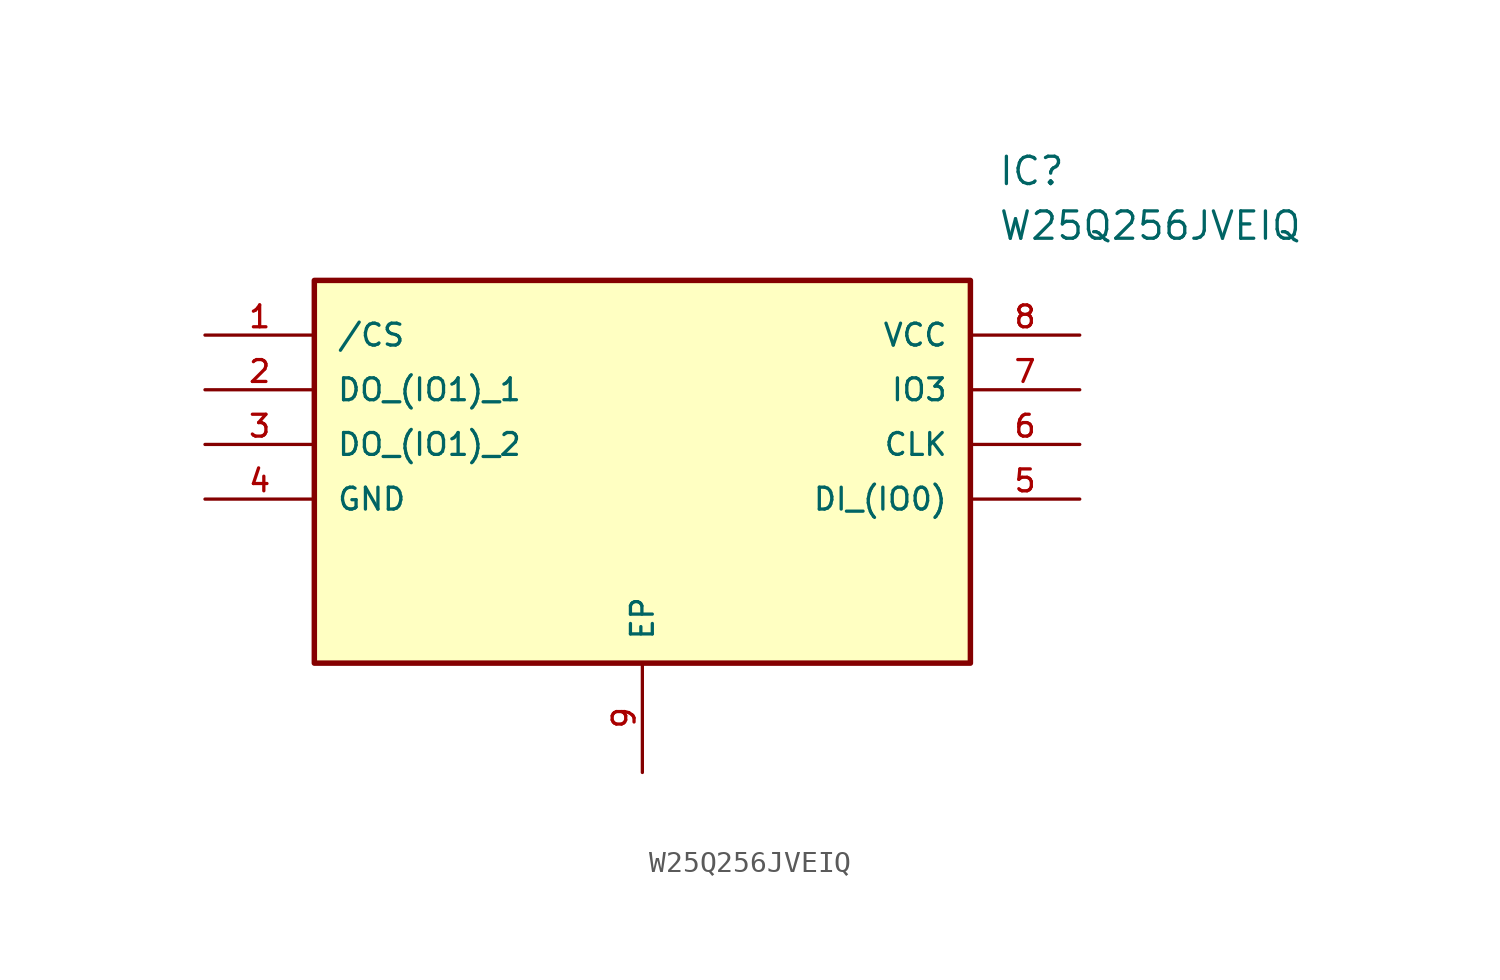
<source format=kicad_sym>
(kicad_symbol_lib
  (version 20211014)
  (generator kicad_symbol_editor)
  (symbol "W25Q256JVEIQ"
    (pin_names
      (offset 1.016))
    (property "Reference" "IC"
      (at 36.83 7.62 0)
      (effects (font (size 1.27 1.27)) (justify left)))
    (property "Value" "W25Q256JVEIQ"
      (at 36.83 5.08 0)
      (effects (font (size 1.27 1.27)) (justify left)))
    (symbol "W25Q256JVEIQ_0_0"
      (rectangle (start 5.08 -15.24) (end 35.56 2.54) (stroke (width 0.254)) (fill (type background)))
      (pin bidirectional line (at 0.0 0.0 0) (length 5.08) (name "/CS" (effects (font (size 1.016 1.016)))) (number "1" (effects (font (size 1.016 1.016)))))
      (pin bidirectional line (at 0.0 -2.54 0) (length 5.08) (name "DO_(IO1)_1" (effects (font (size 1.016 1.016)))) (number "2" (effects (font (size 1.016 1.016)))))
      (pin bidirectional line (at 0.0 -5.08 0) (length 5.08) (name "DO_(IO1)_2" (effects (font (size 1.016 1.016)))) (number "3" (effects (font (size 1.016 1.016)))))
      (pin bidirectional line (at 0.0 -7.62 0) (length 5.08) (name "GND" (effects (font (size 1.016 1.016)))) (number "4" (effects (font (size 1.016 1.016)))))
      (pin bidirectional line (at 20.32 -20.32 90.0) (length 5.08) (name "EP" (effects (font (size 1.016 1.016)))) (number "9" (effects (font (size 1.016 1.016)))))
      (pin bidirectional line (at 40.64 0.0 180.0) (length 5.08) (name "VCC" (effects (font (size 1.016 1.016)))) (number "8" (effects (font (size 1.016 1.016)))))
      (pin bidirectional line (at 40.64 -2.54 180.0) (length 5.08) (name "IO3" (effects (font (size 1.016 1.016)))) (number "7" (effects (font (size 1.016 1.016)))))
      (pin bidirectional line (at 40.64 -5.08 180.0) (length 5.08) (name "CLK" (effects (font (size 1.016 1.016)))) (number "6" (effects (font (size 1.016 1.016)))))
      (pin bidirectional line (at 40.64 -7.62 180.0) (length 5.08) (name "DI_(IO0)" (effects (font (size 1.016 1.016)))) (number "5" (effects (font (size 1.016 1.016))))))))
</source>
